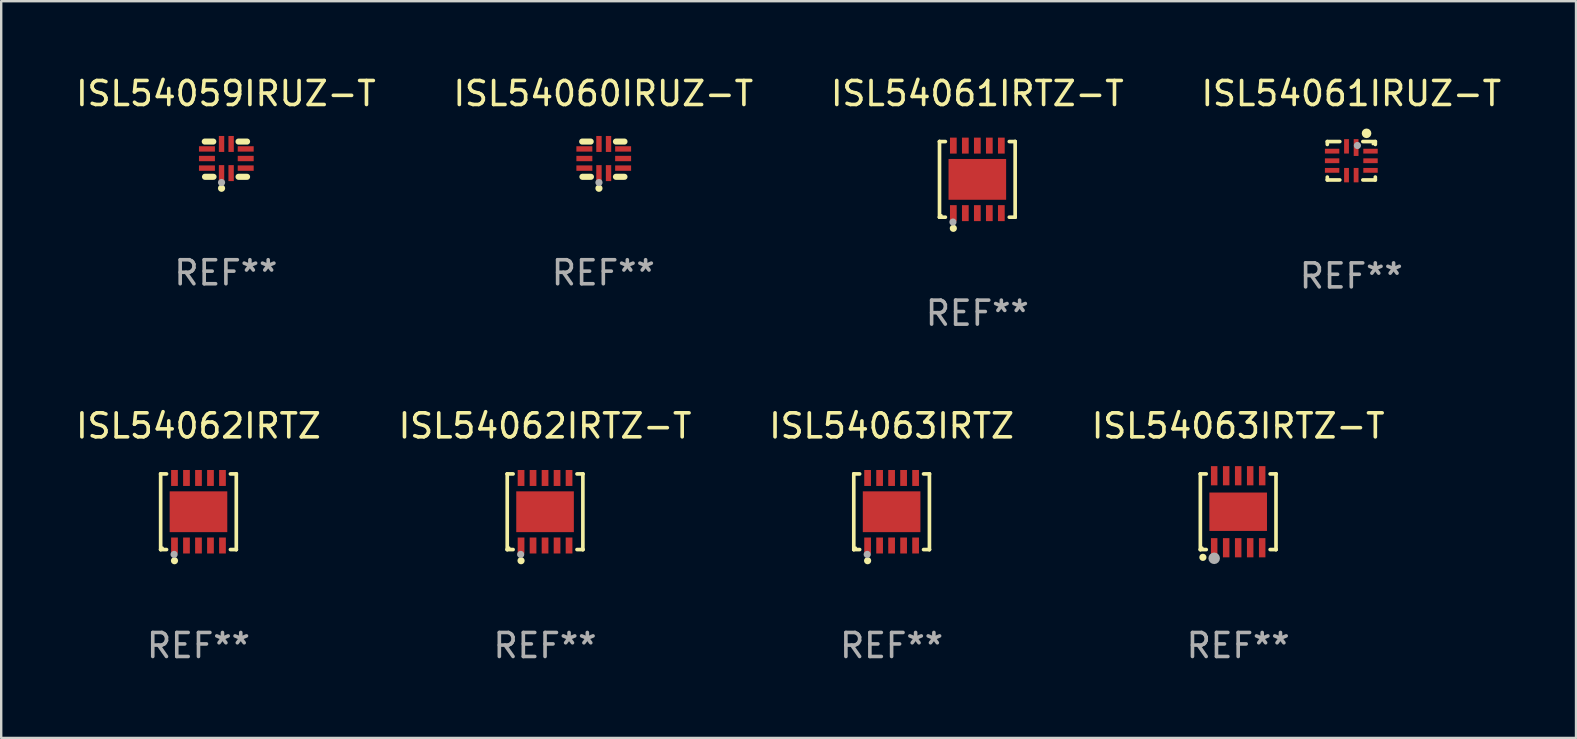
<source format=kicad_pcb>
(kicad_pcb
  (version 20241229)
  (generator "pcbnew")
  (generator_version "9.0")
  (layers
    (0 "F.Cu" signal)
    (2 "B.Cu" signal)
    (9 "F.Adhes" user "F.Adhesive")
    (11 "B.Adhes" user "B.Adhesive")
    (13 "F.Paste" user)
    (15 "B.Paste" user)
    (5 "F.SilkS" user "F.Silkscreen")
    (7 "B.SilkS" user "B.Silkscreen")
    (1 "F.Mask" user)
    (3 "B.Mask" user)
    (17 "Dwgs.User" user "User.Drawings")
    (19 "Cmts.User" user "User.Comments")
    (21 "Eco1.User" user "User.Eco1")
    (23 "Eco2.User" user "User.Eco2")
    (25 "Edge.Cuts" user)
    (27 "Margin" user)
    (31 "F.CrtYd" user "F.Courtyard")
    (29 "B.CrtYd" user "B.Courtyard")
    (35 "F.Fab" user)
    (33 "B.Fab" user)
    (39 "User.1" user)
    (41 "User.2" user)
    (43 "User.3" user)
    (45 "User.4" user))
  (footprint "ISL54062IRTZ"
    (layer "F.Cu")
    (at 5.22 18.273)
    (property "Reference" "ISL54062IRTZ" (at 0 -3.576 0) (layer "F.SilkS") (effects (font (size 1 1) (thickness 0.15))))
    (attr through_hole)
    (fp_line (start -1.576 -1.576) (end -1.576 -1.576) (stroke (width 0.152) (type solid)) (layer "F.SilkS"))
    (fp_line (start -1.576 -1.576) (end -1.331 -1.576) (stroke (width 0.152) (type solid)) (layer "F.SilkS"))
    (fp_line (start -1.576 1.576) (end -1.576 -1.576) (stroke (width 0.152) (type solid)) (layer "F.SilkS"))
    (fp_line (start -1.576 1.576) (end -1.576 1.576) (stroke (width 0.152) (type solid)) (layer "F.SilkS"))
    (fp_line (start -1.331 1.576) (end -1.576 1.576) (stroke (width 0.152) (type solid)) (layer "F.SilkS"))
    (fp_line (start 1.331 1.576) (end 1.576 1.576) (stroke (width 0.152) (type solid)) (layer "F.SilkS"))
    (fp_line (start 1.576 -1.576) (end 1.331 -1.576) (stroke (width 0.152) (type solid)) (layer "F.SilkS"))
    (fp_line (start 1.576 -1.576) (end 1.576 -1.576) (stroke (width 0.152) (type solid)) (layer "F.SilkS"))
    (fp_line (start 1.576 1.576) (end 1.576 -1.576) (stroke (width 0.152) (type solid)) (layer "F.SilkS"))
    (fp_line (start 1.576 1.576) (end 1.576 1.576) (stroke (width 0.152) (type solid)) (layer "F.SilkS"))
    (fp_circle (center -1.5 1.5) (end -1.47 1.5) (stroke (width 0.06) (type solid)) (fill no) (layer "F.SilkS"))
    (fp_circle (center -1 2.04) (end -0.925 2.04) (stroke (width 0.15) (type solid)) (fill no) (layer "F.SilkS"))
    (fp_circle (center -1.016 1.778) (end -0.941 1.778) (stroke (width 0.15) (type solid)) (fill no) (layer "F.Fab"))
    (fp_text user "REF**" (at 0 5.576 0) (layer "F.Fab") (effects (font (size 1 1) (thickness 0.15))))
    (pad "1" smd rect (at -1 1.407) (size 0.28 0.665) (layers "F.Cu" "F.Mask" "F.Paste"))
    (pad "2" smd rect (at -0.5 1.407) (size 0.28 0.665) (layers "F.Cu" "F.Mask" "F.Paste"))
    (pad "3" smd rect (at 0 1.407) (size 0.28 0.665) (layers "F.Cu" "F.Mask" "F.Paste"))
    (pad "4" smd rect (at 0.5 1.407) (size 0.28 0.665) (layers "F.Cu" "F.Mask" "F.Paste"))
    (pad "5" smd rect (at 1 1.407) (size 0.28 0.665) (layers "F.Cu" "F.Mask" "F.Paste"))
    (pad "6" smd rect (at 1 -1.407) (size 0.28 0.665) (layers "F.Cu" "F.Mask" "F.Paste"))
    (pad "7" smd rect (at 0.5 -1.407) (size 0.28 0.665) (layers "F.Cu" "F.Mask" "F.Paste"))
    (pad "8" smd rect (at 0 -1.407) (size 0.28 0.665) (layers "F.Cu" "F.Mask" "F.Paste"))
    (pad "9" smd rect (at -0.5 -1.407) (size 0.28 0.665) (layers "F.Cu" "F.Mask" "F.Paste"))
    (pad "10" smd rect (at -1 -1.407) (size 0.28 0.665) (layers "F.Cu" "F.Mask" "F.Paste"))
    (pad "11" smd rect (at 0 0) (size 2.4 1.7) (layers "F.Cu" "F.Mask" "F.Paste")))
  (footprint "ISL54060IRUZ-T"
    (layer "F.Cu")
    (at 22.089 3.583)
    (property "Reference" "ISL54060IRUZ-T" (at 0 -2.734 0) (layer "F.SilkS") (effects (font (size 1 1) (thickness 0.15))))
    (attr through_hole)
    (fp_line (start -0.881 -0.734) (end -0.526 -0.734) (stroke (width 0.254) (type solid)) (layer "F.SilkS"))
    (fp_line (start -0.871 0.734) (end -0.516 0.734) (stroke (width 0.254) (type solid)) (layer "F.SilkS"))
    (fp_line (start 0.526 -0.734) (end 0.881 -0.734) (stroke (width 0.254) (type solid)) (layer "F.SilkS"))
    (fp_line (start 0.526 0.734) (end 0.881 0.734) (stroke (width 0.254) (type solid)) (layer "F.SilkS"))
    (fp_circle (center -0.882 0.672) (end -0.852 0.672) (stroke (width 0.06) (type solid)) (fill no) (layer "F.SilkS"))
    (fp_circle (center -0.182 1.212) (end -0.107 1.212) (stroke (width 0.15) (type solid)) (fill no) (layer "F.SilkS"))
    (fp_circle (center -0.182 0.972) (end -0.107 0.972) (stroke (width 0.15) (type solid)) (fill no) (layer "F.Fab"))
    (fp_text user "REF**" (at 0 4.734 0) (layer "F.Fab") (effects (font (size 1 1) (thickness 0.15))))
    (pad "1" smd rect (at -0.182 0.58) (size 0.224 0.665) (layers "F.Cu" "F.Mask" "F.Paste"))
    (pad "2" smd rect (at 0.217 0.58) (size 0.224 0.665) (layers "F.Cu" "F.Mask" "F.Paste"))
    (pad "3" smd rect (at 0.825 0.372) (size 0.665 0.224) (layers "F.Cu" "F.Mask" "F.Paste"))
    (pad "4" smd rect (at 0.825 -0.028) (size 0.665 0.224) (layers "F.Cu" "F.Mask" "F.Paste"))
    (pad "5" smd rect (at 0.825 -0.428) (size 0.665 0.224) (layers "F.Cu" "F.Mask" "F.Paste"))
    (pad "6" smd rect (at 0.217 -0.635) (size 0.224 0.665) (layers "F.Cu" "F.Mask" "F.Paste"))
    (pad "7" smd rect (at -0.182 -0.635) (size 0.224 0.665) (layers "F.Cu" "F.Mask" "F.Paste"))
    (pad "8" smd rect (at -0.79 -0.428) (size 0.665 0.224) (layers "F.Cu" "F.Mask" "F.Paste"))
    (pad "9" smd rect (at -0.79 -0.028) (size 0.665 0.224) (layers "F.Cu" "F.Mask" "F.Paste"))
    (pad "10" smd rect (at -0.79 0.372) (size 0.665 0.224) (layers "F.Cu" "F.Mask" "F.Paste")))
  (footprint "ISL54062IRTZ-T"
    (layer "F.Cu")
    (at 19.661 18.273)
    (property "Reference" "ISL54062IRTZ-T" (at 0 -3.576 0) (layer "F.SilkS") (effects (font (size 1 1) (thickness 0.15))))
    (attr through_hole)
    (fp_line (start -1.576 -1.576) (end -1.576 -1.576) (stroke (width 0.152) (type solid)) (layer "F.SilkS"))
    (fp_line (start -1.576 -1.576) (end -1.331 -1.576) (stroke (width 0.152) (type solid)) (layer "F.SilkS"))
    (fp_line (start -1.576 1.576) (end -1.576 -1.576) (stroke (width 0.152) (type solid)) (layer "F.SilkS"))
    (fp_line (start -1.576 1.576) (end -1.576 1.576) (stroke (width 0.152) (type solid)) (layer "F.SilkS"))
    (fp_line (start -1.331 1.576) (end -1.576 1.576) (stroke (width 0.152) (type solid)) (layer "F.SilkS"))
    (fp_line (start 1.331 1.576) (end 1.576 1.576) (stroke (width 0.152) (type solid)) (layer "F.SilkS"))
    (fp_line (start 1.576 -1.576) (end 1.331 -1.576) (stroke (width 0.152) (type solid)) (layer "F.SilkS"))
    (fp_line (start 1.576 -1.576) (end 1.576 -1.576) (stroke (width 0.152) (type solid)) (layer "F.SilkS"))
    (fp_line (start 1.576 1.576) (end 1.576 -1.576) (stroke (width 0.152) (type solid)) (layer "F.SilkS"))
    (fp_line (start 1.576 1.576) (end 1.576 1.576) (stroke (width 0.152) (type solid)) (layer "F.SilkS"))
    (fp_circle (center -1.5 1.5) (end -1.47 1.5) (stroke (width 0.06) (type solid)) (fill no) (layer "F.SilkS"))
    (fp_circle (center -1 2.04) (end -0.925 2.04) (stroke (width 0.15) (type solid)) (fill no) (layer "F.SilkS"))
    (fp_circle (center -1.016 1.778) (end -0.941 1.778) (stroke (width 0.15) (type solid)) (fill no) (layer "F.Fab"))
    (fp_text user "REF**" (at 0 5.576 0) (layer "F.Fab") (effects (font (size 1 1) (thickness 0.15))))
    (pad "1" smd rect (at -1 1.407) (size 0.28 0.665) (layers "F.Cu" "F.Mask" "F.Paste"))
    (pad "2" smd rect (at -0.5 1.407) (size 0.28 0.665) (layers "F.Cu" "F.Mask" "F.Paste"))
    (pad "3" smd rect (at 0 1.407) (size 0.28 0.665) (layers "F.Cu" "F.Mask" "F.Paste"))
    (pad "4" smd rect (at 0.5 1.407) (size 0.28 0.665) (layers "F.Cu" "F.Mask" "F.Paste"))
    (pad "5" smd rect (at 1 1.407) (size 0.28 0.665) (layers "F.Cu" "F.Mask" "F.Paste"))
    (pad "6" smd rect (at 1 -1.407) (size 0.28 0.665) (layers "F.Cu" "F.Mask" "F.Paste"))
    (pad "7" smd rect (at 0.5 -1.407) (size 0.28 0.665) (layers "F.Cu" "F.Mask" "F.Paste"))
    (pad "8" smd rect (at 0 -1.407) (size 0.28 0.665) (layers "F.Cu" "F.Mask" "F.Paste"))
    (pad "9" smd rect (at -0.5 -1.407) (size 0.28 0.665) (layers "F.Cu" "F.Mask" "F.Paste"))
    (pad "10" smd rect (at -1 -1.407) (size 0.28 0.665) (layers "F.Cu" "F.Mask" "F.Paste"))
    (pad "11" smd rect (at 0 0) (size 2.4 1.7) (layers "F.Cu" "F.Mask" "F.Paste")))
  (footprint "ISL54059IRUZ-T"
    (layer "F.Cu")
    (at 6.363 3.583)
    (property "Reference" "ISL54059IRUZ-T" (at 0 -2.734 0) (layer "F.SilkS") (effects (font (size 1 1) (thickness 0.15))))
    (attr through_hole)
    (fp_line (start -0.881 -0.734) (end -0.526 -0.734) (stroke (width 0.254) (type solid)) (layer "F.SilkS"))
    (fp_line (start -0.871 0.734) (end -0.516 0.734) (stroke (width 0.254) (type solid)) (layer "F.SilkS"))
    (fp_line (start 0.526 -0.734) (end 0.881 -0.734) (stroke (width 0.254) (type solid)) (layer "F.SilkS"))
    (fp_line (start 0.526 0.734) (end 0.881 0.734) (stroke (width 0.254) (type solid)) (layer "F.SilkS"))
    (fp_circle (center -0.882 0.672) (end -0.852 0.672) (stroke (width 0.06) (type solid)) (fill no) (layer "F.SilkS"))
    (fp_circle (center -0.182 1.212) (end -0.107 1.212) (stroke (width 0.15) (type solid)) (fill no) (layer "F.SilkS"))
    (fp_circle (center -0.182 0.972) (end -0.107 0.972) (stroke (width 0.15) (type solid)) (fill no) (layer "F.Fab"))
    (fp_text user "REF**" (at 0 4.734 0) (layer "F.Fab") (effects (font (size 1 1) (thickness 0.15))))
    (pad "1" smd rect (at -0.182 0.58) (size 0.224 0.665) (layers "F.Cu" "F.Mask" "F.Paste"))
    (pad "2" smd rect (at 0.217 0.58) (size 0.224 0.665) (layers "F.Cu" "F.Mask" "F.Paste"))
    (pad "3" smd rect (at 0.825 0.372) (size 0.665 0.224) (layers "F.Cu" "F.Mask" "F.Paste"))
    (pad "4" smd rect (at 0.825 -0.028) (size 0.665 0.224) (layers "F.Cu" "F.Mask" "F.Paste"))
    (pad "5" smd rect (at 0.825 -0.428) (size 0.665 0.224) (layers "F.Cu" "F.Mask" "F.Paste"))
    (pad "6" smd rect (at 0.217 -0.635) (size 0.224 0.665) (layers "F.Cu" "F.Mask" "F.Paste"))
    (pad "7" smd rect (at -0.182 -0.635) (size 0.224 0.665) (layers "F.Cu" "F.Mask" "F.Paste"))
    (pad "8" smd rect (at -0.79 -0.428) (size 0.665 0.224) (layers "F.Cu" "F.Mask" "F.Paste"))
    (pad "9" smd rect (at -0.79 -0.028) (size 0.665 0.224) (layers "F.Cu" "F.Mask" "F.Paste"))
    (pad "10" smd rect (at -0.79 0.372) (size 0.665 0.224) (layers "F.Cu" "F.Mask" "F.Paste")))
  (footprint "ISL54063IRTZ"
    (layer "F.Cu")
    (at 34.101 18.273)
    (property "Reference" "ISL54063IRTZ" (at 0 -3.576 0) (layer "F.SilkS") (effects (font (size 1 1) (thickness 0.15))))
    (attr through_hole)
    (fp_line (start -1.576 -1.576) (end -1.576 -1.576) (stroke (width 0.152) (type solid)) (layer "F.SilkS"))
    (fp_line (start -1.576 -1.576) (end -1.331 -1.576) (stroke (width 0.152) (type solid)) (layer "F.SilkS"))
    (fp_line (start -1.576 1.576) (end -1.576 -1.576) (stroke (width 0.152) (type solid)) (layer "F.SilkS"))
    (fp_line (start -1.576 1.576) (end -1.576 1.576) (stroke (width 0.152) (type solid)) (layer "F.SilkS"))
    (fp_line (start -1.331 1.576) (end -1.576 1.576) (stroke (width 0.152) (type solid)) (layer "F.SilkS"))
    (fp_line (start 1.331 1.576) (end 1.576 1.576) (stroke (width 0.152) (type solid)) (layer "F.SilkS"))
    (fp_line (start 1.576 -1.576) (end 1.331 -1.576) (stroke (width 0.152) (type solid)) (layer "F.SilkS"))
    (fp_line (start 1.576 -1.576) (end 1.576 -1.576) (stroke (width 0.152) (type solid)) (layer "F.SilkS"))
    (fp_line (start 1.576 1.576) (end 1.576 -1.576) (stroke (width 0.152) (type solid)) (layer "F.SilkS"))
    (fp_line (start 1.576 1.576) (end 1.576 1.576) (stroke (width 0.152) (type solid)) (layer "F.SilkS"))
    (fp_circle (center -1.5 1.5) (end -1.47 1.5) (stroke (width 0.06) (type solid)) (fill no) (layer "F.SilkS"))
    (fp_circle (center -1 2.04) (end -0.925 2.04) (stroke (width 0.15) (type solid)) (fill no) (layer "F.SilkS"))
    (fp_circle (center -1.016 1.778) (end -0.941 1.778) (stroke (width 0.15) (type solid)) (fill no) (layer "F.Fab"))
    (fp_text user "REF**" (at 0 5.576 0) (layer "F.Fab") (effects (font (size 1 1) (thickness 0.15))))
    (pad "1" smd rect (at -1 1.407) (size 0.28 0.665) (layers "F.Cu" "F.Mask" "F.Paste"))
    (pad "2" smd rect (at -0.5 1.407) (size 0.28 0.665) (layers "F.Cu" "F.Mask" "F.Paste"))
    (pad "3" smd rect (at 0 1.407) (size 0.28 0.665) (layers "F.Cu" "F.Mask" "F.Paste"))
    (pad "4" smd rect (at 0.5 1.407) (size 0.28 0.665) (layers "F.Cu" "F.Mask" "F.Paste"))
    (pad "5" smd rect (at 1 1.407) (size 0.28 0.665) (layers "F.Cu" "F.Mask" "F.Paste"))
    (pad "6" smd rect (at 1 -1.407) (size 0.28 0.665) (layers "F.Cu" "F.Mask" "F.Paste"))
    (pad "7" smd rect (at 0.5 -1.407) (size 0.28 0.665) (layers "F.Cu" "F.Mask" "F.Paste"))
    (pad "8" smd rect (at 0 -1.407) (size 0.28 0.665) (layers "F.Cu" "F.Mask" "F.Paste"))
    (pad "9" smd rect (at -0.5 -1.407) (size 0.28 0.665) (layers "F.Cu" "F.Mask" "F.Paste"))
    (pad "10" smd rect (at -1 -1.407) (size 0.28 0.665) (layers "F.Cu" "F.Mask" "F.Paste"))
    (pad "11" smd rect (at 0 0) (size 2.4 1.7) (layers "F.Cu" "F.Mask" "F.Paste")))
  (footprint "ISL54063IRTZ-T"
    (layer "F.Cu")
    (at 48.542 18.273)
    (property "Reference" "ISL54063IRTZ-T" (at 0 -3.576 0) (layer "F.SilkS") (effects (font (size 1 1) (thickness 0.15))))
    (attr through_hole)
    (fp_line (start -1.576 -1.576) (end -1.576 -1.576) (stroke (width 0.152) (type solid)) (layer "F.SilkS"))
    (fp_line (start -1.576 -1.576) (end -1.331 -1.576) (stroke (width 0.152) (type solid)) (layer "F.SilkS"))
    (fp_line (start -1.576 1.576) (end -1.576 -1.576) (stroke (width 0.152) (type solid)) (layer "F.SilkS"))
    (fp_line (start -1.576 1.576) (end -1.576 1.576) (stroke (width 0.152) (type solid)) (layer "F.SilkS"))
    (fp_line (start -1.331 1.576) (end -1.576 1.576) (stroke (width 0.152) (type solid)) (layer "F.SilkS"))
    (fp_line (start 1.331 1.576) (end 1.576 1.576) (stroke (width 0.152) (type solid)) (layer "F.SilkS"))
    (fp_line (start 1.576 -1.576) (end 1.331 -1.576) (stroke (width 0.152) (type solid)) (layer "F.SilkS"))
    (fp_line (start 1.576 -1.576) (end 1.576 -1.576) (stroke (width 0.152) (type solid)) (layer "F.SilkS"))
    (fp_line (start 1.576 1.576) (end 1.576 -1.576) (stroke (width 0.152) (type solid)) (layer "F.SilkS"))
    (fp_line (start 1.576 1.576) (end 1.576 1.576) (stroke (width 0.152) (type solid)) (layer "F.SilkS"))
    (fp_circle (center -1.5 1.5) (end -1.47 1.5) (stroke (width 0.06) (type solid)) (fill no) (layer "F.SilkS"))
    (fp_circle (center -1.47 1.9) (end -1.395 1.9) (stroke (width 0.15) (type solid)) (fill no) (layer "F.SilkS"))
    (fp_circle (center -1 1.94) (end -0.88 1.94) (stroke (width 0.24) (type solid)) (fill no) (layer "F.Fab"))
    (fp_text user "REF**" (at 0 5.576 0) (layer "F.Fab") (effects (font (size 1 1) (thickness 0.15))))
    (pad "1" smd rect (at -1 1.5) (size 0.27 0.8) (layers "F.Cu" "F.Mask" "F.Paste"))
    (pad "2" smd rect (at -0.5 1.5) (size 0.27 0.8) (layers "F.Cu" "F.Mask" "F.Paste"))
    (pad "3" smd rect (at 0 1.5) (size 0.27 0.8) (layers "F.Cu" "F.Mask" "F.Paste"))
    (pad "4" smd rect (at 0.5 1.5) (size 0.27 0.8) (layers "F.Cu" "F.Mask" "F.Paste"))
    (pad "5" smd rect (at 1 1.5) (size 0.27 0.8) (layers "F.Cu" "F.Mask" "F.Paste"))
    (pad "6" smd rect (at 1 -1.5) (size 0.27 0.8) (layers "F.Cu" "F.Mask" "F.Paste"))
    (pad "7" smd rect (at 0.5 -1.5) (size 0.27 0.8) (layers "F.Cu" "F.Mask" "F.Paste"))
    (pad "8" smd rect (at 0 -1.5) (size 0.27 0.8) (layers "F.Cu" "F.Mask" "F.Paste"))
    (pad "9" smd rect (at -0.5 -1.5) (size 0.27 0.8) (layers "F.Cu" "F.Mask" "F.Paste"))
    (pad "10" smd rect (at -1 -1.5) (size 0.27 0.8) (layers "F.Cu" "F.Mask" "F.Paste"))
    (pad "11" smd rect (at 0 0) (size 2.4 1.6) (layers "F.Cu" "F.Mask" "F.Paste")))
  (footprint "ISL54061IRTZ-T"
    (layer "F.Cu")
    (at 37.673 4.424)
    (property "Reference" "ISL54061IRTZ-T" (at 0 -3.576 0) (layer "F.SilkS") (effects (font (size 1 1) (thickness 0.15))))
    (attr through_hole)
    (fp_line (start -1.576 -1.576) (end -1.576 -1.576) (stroke (width 0.152) (type solid)) (layer "F.SilkS"))
    (fp_line (start -1.576 -1.576) (end -1.331 -1.576) (stroke (width 0.152) (type solid)) (layer "F.SilkS"))
    (fp_line (start -1.576 1.576) (end -1.576 -1.576) (stroke (width 0.152) (type solid)) (layer "F.SilkS"))
    (fp_line (start -1.576 1.576) (end -1.576 1.576) (stroke (width 0.152) (type solid)) (layer "F.SilkS"))
    (fp_line (start -1.331 1.576) (end -1.576 1.576) (stroke (width 0.152) (type solid)) (layer "F.SilkS"))
    (fp_line (start 1.331 1.576) (end 1.576 1.576) (stroke (width 0.152) (type solid)) (layer "F.SilkS"))
    (fp_line (start 1.576 -1.576) (end 1.331 -1.576) (stroke (width 0.152) (type solid)) (layer "F.SilkS"))
    (fp_line (start 1.576 -1.576) (end 1.576 -1.576) (stroke (width 0.152) (type solid)) (layer "F.SilkS"))
    (fp_line (start 1.576 1.576) (end 1.576 -1.576) (stroke (width 0.152) (type solid)) (layer "F.SilkS"))
    (fp_line (start 1.576 1.576) (end 1.576 1.576) (stroke (width 0.152) (type solid)) (layer "F.SilkS"))
    (fp_circle (center -1.5 1.5) (end -1.47 1.5) (stroke (width 0.06) (type solid)) (fill no) (layer "F.SilkS"))
    (fp_circle (center -1 2.04) (end -0.925 2.04) (stroke (width 0.15) (type solid)) (fill no) (layer "F.SilkS"))
    (fp_circle (center -1.016 1.778) (end -0.941 1.778) (stroke (width 0.15) (type solid)) (fill no) (layer "F.Fab"))
    (fp_text user "REF**" (at 0 5.576 0) (layer "F.Fab") (effects (font (size 1 1) (thickness 0.15))))
    (pad "1" smd rect (at -1 1.407) (size 0.28 0.665) (layers "F.Cu" "F.Mask" "F.Paste"))
    (pad "2" smd rect (at -0.5 1.407) (size 0.28 0.665) (layers "F.Cu" "F.Mask" "F.Paste"))
    (pad "3" smd rect (at 0 1.407) (size 0.28 0.665) (layers "F.Cu" "F.Mask" "F.Paste"))
    (pad "4" smd rect (at 0.5 1.407) (size 0.28 0.665) (layers "F.Cu" "F.Mask" "F.Paste"))
    (pad "5" smd rect (at 1 1.407) (size 0.28 0.665) (layers "F.Cu" "F.Mask" "F.Paste"))
    (pad "6" smd rect (at 1 -1.407) (size 0.28 0.665) (layers "F.Cu" "F.Mask" "F.Paste"))
    (pad "7" smd rect (at 0.5 -1.407) (size 0.28 0.665) (layers "F.Cu" "F.Mask" "F.Paste"))
    (pad "8" smd rect (at 0 -1.407) (size 0.28 0.665) (layers "F.Cu" "F.Mask" "F.Paste"))
    (pad "9" smd rect (at -0.5 -1.407) (size 0.28 0.665) (layers "F.Cu" "F.Mask" "F.Paste"))
    (pad "10" smd rect (at -1 -1.407) (size 0.28 0.665) (layers "F.Cu" "F.Mask" "F.Paste"))
    (pad "11" smd rect (at 0 0) (size 2.4 1.7) (layers "F.Cu" "F.Mask" "F.Paste")))
  (footprint "ISL54061IRUZ-T"
    (layer "F.Cu")
    (at 53.256 3.648)
    (property "Reference" "ISL54061IRUZ-T" (at 0 -2.8 0) (layer "F.SilkS") (effects (font (size 1 1) (thickness 0.15))))
    (attr through_hole)
    (fp_line (start -1 -0.8) (end -0.48 -0.8) (stroke (width 0.152) (type solid)) (layer "F.SilkS"))
    (fp_line (start -1 -0.68) (end -1 -0.8) (stroke (width 0.152) (type solid)) (layer "F.SilkS"))
    (fp_line (start -1 0.8) (end -1 0.68) (stroke (width 0.152) (type solid)) (layer "F.SilkS"))
    (fp_line (start -0.48 0.8) (end -1 0.8) (stroke (width 0.152) (type solid)) (layer "F.SilkS"))
    (fp_line (start 0.48 -0.8) (end 1 -0.8) (stroke (width 0.152) (type solid)) (layer "F.SilkS"))
    (fp_line (start 1 -0.8) (end 1 -0.68) (stroke (width 0.152) (type solid)) (layer "F.SilkS"))
    (fp_line (start 1 0.68) (end 1 0.8) (stroke (width 0.152) (type solid)) (layer "F.SilkS"))
    (fp_line (start 1 0.8) (end 0.48 0.8) (stroke (width 0.152) (type solid)) (layer "F.SilkS"))
    (fp_circle (center 0.635 -1.143) (end 0.735 -1.143) (stroke (width 0.2) (type solid)) (fill no) (layer "F.SilkS"))
    (fp_circle (center 0.9 -0.7) (end 0.93 -0.7) (stroke (width 0.06) (type solid)) (fill no) (layer "F.SilkS"))
    (fp_circle (center 0.254 -0.635) (end 0.329 -0.635) (stroke (width 0.15) (type solid)) (fill no) (layer "F.Fab"))
    (fp_text user "REF**" (at 0 4.8 0) (layer "F.Fab") (effects (font (size 1 1) (thickness 0.15))))
    (pad "1" smd rect (at 0.2 -0.55 270) (size 0.7 0.2) (layers "F.Cu" "F.Mask" "F.Paste"))
    (pad "2" smd rect (at -0.2 -0.6 270) (size 0.6 0.2) (layers "F.Cu" "F.Mask" "F.Paste"))
    (pad "3" smd rect (at -0.8 -0.4 270) (size 0.2 0.6) (layers "F.Cu" "F.Mask" "F.Paste"))
    (pad "4" smd rect (at -0.8 0.000076 270) (size 0.2 0.6) (layers "F.Cu" "F.Mask" "F.Paste"))
    (pad "5" smd rect (at -0.8 0.4 270) (size 0.2 0.6) (layers "F.Cu" "F.Mask" "F.Paste"))
    (pad "6" smd rect (at -0.2 0.6 270) (size 0.6 0.2) (layers "F.Cu" "F.Mask" "F.Paste"))
    (pad "7" smd rect (at 0.2 0.6 270) (size 0.6 0.2) (layers "F.Cu" "F.Mask" "F.Paste"))
    (pad "8" smd rect (at 0.8 0.4 270) (size 0.2 0.6) (layers "F.Cu" "F.Mask" "F.Paste"))
    (pad "9" smd rect (at 0.8 0.000076 270) (size 0.2 0.6) (layers "F.Cu" "F.Mask" "F.Paste"))
    (pad "10" smd rect (at 0.8 -0.4 270) (size 0.2 0.6) (layers "F.Cu" "F.Mask" "F.Paste")))
  (gr_rect
    (start -3 -3)
    (end 62.619 27.698)
    (stroke (width 0.1) (type default))
    (fill no)
    (layer "Edge.Cuts")))
</source>
